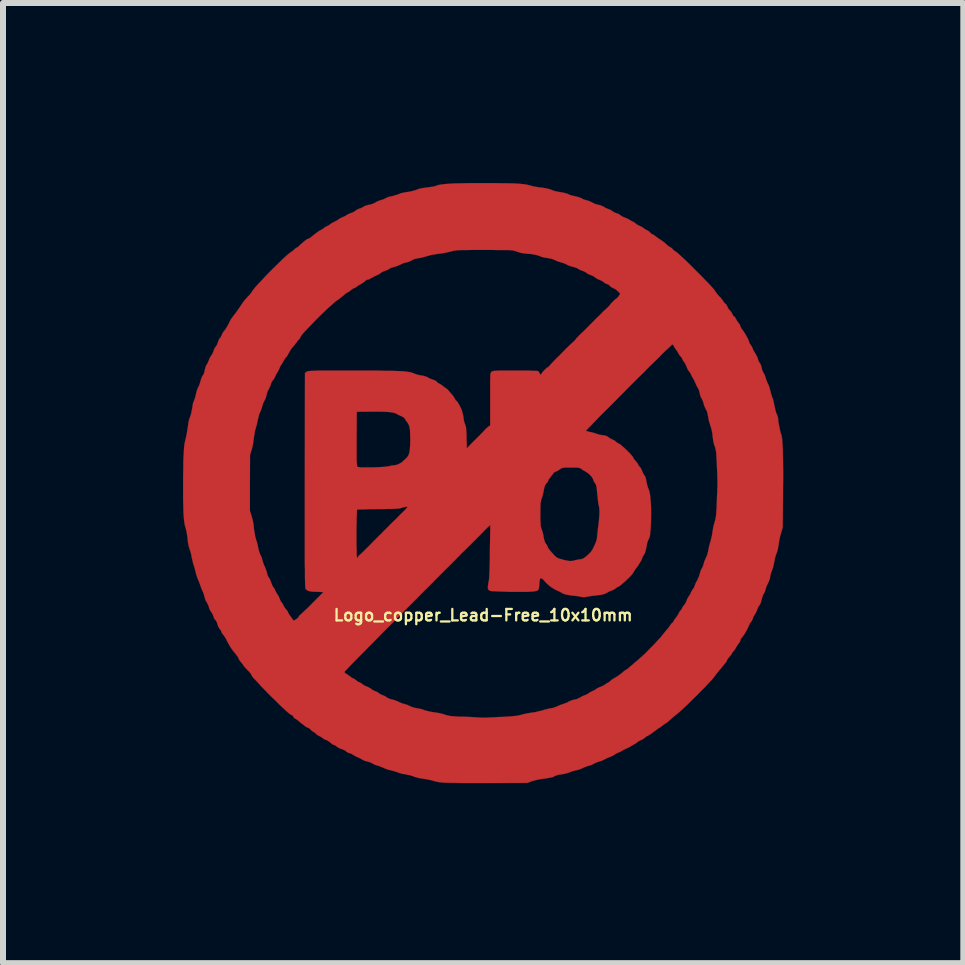
<source format=kicad_pcb>
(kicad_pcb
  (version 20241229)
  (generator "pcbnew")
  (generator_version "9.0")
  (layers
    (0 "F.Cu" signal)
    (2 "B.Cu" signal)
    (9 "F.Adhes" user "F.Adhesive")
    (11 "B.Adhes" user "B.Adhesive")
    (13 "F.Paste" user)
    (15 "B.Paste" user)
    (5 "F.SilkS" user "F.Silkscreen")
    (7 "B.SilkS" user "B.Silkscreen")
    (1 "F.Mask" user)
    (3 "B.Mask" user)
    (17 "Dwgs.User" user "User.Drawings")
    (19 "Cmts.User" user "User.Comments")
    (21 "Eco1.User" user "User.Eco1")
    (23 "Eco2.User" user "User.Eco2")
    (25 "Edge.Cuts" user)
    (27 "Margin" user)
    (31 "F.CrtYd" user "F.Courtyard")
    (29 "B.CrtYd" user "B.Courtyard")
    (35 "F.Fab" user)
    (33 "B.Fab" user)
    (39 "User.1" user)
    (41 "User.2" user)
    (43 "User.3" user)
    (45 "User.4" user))
  (footprint "Logo_copper_Lead-Free_10x10mm"
    (layer "F.Cu")
    (at 5 5)
    (property "Reference" "Logo_copper_Lead-Free_10x10mm" (at 0 2.2 0) (layer "F.SilkS") (effects (font (size 0.191 0.191) (thickness 0.038))))
    (attr exclude_from_pos_files exclude_from_bom)
    (fp_poly (pts (xy 4.999 -0.066) (xy 4.996 0.114) (xy 4.996 0.165) (xy 4.991 0.739) (xy 4.961 0.841) (xy 4.945 0.897) (xy 4.933 0.958) (xy 4.923 1.011) (xy 4.923 1.026) (xy 4.907 1.115) (xy 4.887 1.171) (xy 4.872 1.214) (xy 4.859 1.265) (xy 4.851 1.308) (xy 4.841 1.356) (xy 4.829 1.41) (xy 4.816 1.445) (xy 4.798 1.491) (xy 4.785 1.537) (xy 4.783 1.562) (xy 4.773 1.603) (xy 4.755 1.648) (xy 4.745 1.669) (xy 4.727 1.707) (xy 4.712 1.745) (xy 4.707 1.763) (xy 4.696 1.801) (xy 4.679 1.839) (xy 4.674 1.844) (xy 4.658 1.875) (xy 4.646 1.918) (xy 4.638 1.948) (xy 4.628 1.986) (xy 4.615 2.017) (xy 4.605 2.032) (xy 4.59 2.052) (xy 4.575 2.083) (xy 4.567 2.103) (xy 4.552 2.141) (xy 4.534 2.177) (xy 4.524 2.189) (xy 4.506 2.22) (xy 4.493 2.253) (xy 4.481 2.286) (xy 4.46 2.314) (xy 4.442 2.342) (xy 4.425 2.377) (xy 4.425 2.38) (xy 4.407 2.421) (xy 4.381 2.469) (xy 4.351 2.52) (xy 4.318 2.563) (xy 4.315 2.568) (xy 4.295 2.593) (xy 4.285 2.616) (xy 4.285 2.621) (xy 4.28 2.639) (xy 4.262 2.664) (xy 4.249 2.682) (xy 4.227 2.715) (xy 4.206 2.748) (xy 4.201 2.761) (xy 4.188 2.781) (xy 4.178 2.791) (xy 4.178 2.794) (xy 4.168 2.802) (xy 4.153 2.822) (xy 4.15 2.827) (xy 4.133 2.857) (xy 4.107 2.891) (xy 4.097 2.901) (xy 4.077 2.926) (xy 4.064 2.946) (xy 4.061 2.954) (xy 4.061 2.962) (xy 4.054 2.972) (xy 4.044 2.987) (xy 4.023 3.012) (xy 3.993 3.048) (xy 3.952 3.099) (xy 3.94 3.111) (xy 3.909 3.15) (xy 3.904 3.157) (xy 3.904 0.015) (xy 3.904 -0.015) (xy 3.904 -0.051) (xy 3.901 -0.091) (xy 3.901 -0.137) (xy 3.899 -0.196) (xy 3.894 -0.297) (xy 3.891 -0.378) (xy 3.886 -0.442) (xy 3.884 -0.493) (xy 3.879 -0.533) (xy 3.873 -0.564) (xy 3.868 -0.587) (xy 3.861 -0.607) (xy 3.858 -0.617) (xy 3.846 -0.65) (xy 3.835 -0.696) (xy 3.828 -0.747) (xy 3.825 -0.762) (xy 3.818 -0.831) (xy 3.807 -0.889) (xy 3.792 -0.94) (xy 3.774 -0.996) (xy 3.762 -1.036) (xy 3.752 -1.087) (xy 3.747 -1.118) (xy 3.736 -1.173) (xy 3.719 -1.219) (xy 3.713 -1.224) (xy 3.698 -1.257) (xy 3.68 -1.298) (xy 3.675 -1.323) (xy 3.663 -1.361) (xy 3.647 -1.397) (xy 3.637 -1.415) (xy 3.622 -1.443) (xy 3.612 -1.481) (xy 3.609 -1.496) (xy 3.599 -1.537) (xy 3.584 -1.577) (xy 3.576 -1.587) (xy 3.556 -1.623) (xy 3.538 -1.664) (xy 3.536 -1.669) (xy 3.518 -1.709) (xy 3.495 -1.748) (xy 3.493 -1.755) (xy 3.475 -1.783) (xy 3.465 -1.803) (xy 3.465 -1.808) (xy 3.457 -1.824) (xy 3.442 -1.847) (xy 3.434 -1.857) (xy 3.411 -1.89) (xy 3.393 -1.93) (xy 3.391 -1.935) (xy 3.376 -1.971) (xy 3.355 -2.009) (xy 3.348 -2.019) (xy 3.327 -2.047) (xy 3.317 -2.068) (xy 3.315 -2.075) (xy 3.307 -2.09) (xy 3.292 -2.108) (xy 3.274 -2.129) (xy 3.254 -2.159) (xy 3.246 -2.177) (xy 3.228 -2.205) (xy 3.213 -2.228) (xy 3.208 -2.233) (xy 3.195 -2.248) (xy 3.183 -2.273) (xy 3.18 -2.276) (xy 3.167 -2.301) (xy 3.155 -2.311) (xy 3.152 -2.311) (xy 3.145 -2.306) (xy 3.122 -2.283) (xy 3.086 -2.25) (xy 3.038 -2.205) (xy 2.982 -2.151) (xy 2.918 -2.085) (xy 2.845 -2.014) (xy 2.766 -1.938) (xy 2.685 -1.854) (xy 2.596 -1.768) (xy 2.507 -1.679) (xy 2.418 -1.59) (xy 2.329 -1.499) (xy 2.283 -1.455) (xy 2.283 -3.157) (xy 2.243 -3.198) (xy 2.212 -3.226) (xy 2.179 -3.244) (xy 2.167 -3.251) (xy 2.134 -3.266) (xy 2.111 -3.287) (xy 2.085 -3.31) (xy 2.057 -3.32) (xy 2.029 -3.332) (xy 2.009 -3.348) (xy 1.989 -3.363) (xy 1.956 -3.381) (xy 1.941 -3.386) (xy 1.905 -3.401) (xy 1.872 -3.421) (xy 1.864 -3.429) (xy 1.834 -3.449) (xy 1.798 -3.465) (xy 1.796 -3.467) (xy 1.758 -3.48) (xy 1.727 -3.5) (xy 1.722 -3.503) (xy 1.692 -3.523) (xy 1.656 -3.538) (xy 1.654 -3.538) (xy 1.618 -3.551) (xy 1.587 -3.569) (xy 1.585 -3.571) (xy 1.56 -3.584) (xy 1.524 -3.597) (xy 1.488 -3.607) (xy 1.448 -3.617) (xy 1.41 -3.632) (xy 1.387 -3.645) (xy 1.356 -3.66) (xy 1.318 -3.673) (xy 1.298 -3.678) (xy 1.255 -3.691) (xy 1.212 -3.708) (xy 1.196 -3.716) (xy 1.148 -3.736) (xy 1.085 -3.749) (xy 1.067 -3.752) (xy 1.016 -3.759) (xy 0.97 -3.772) (xy 0.937 -3.785) (xy 0.892 -3.8) (xy 0.828 -3.813) (xy 0.795 -3.818) (xy 0.724 -3.823) (xy 0.668 -3.83) (xy 0.627 -3.838) (xy 0.592 -3.848) (xy 0.561 -3.858) (xy 0.549 -3.863) (xy 0.533 -3.868) (xy 0.521 -3.871) (xy 0.503 -3.876) (xy 0.483 -3.879) (xy 0.452 -3.881) (xy 0.417 -3.884) (xy 0.368 -3.884) (xy 0.307 -3.884) (xy 0.231 -3.884) (xy 0.137 -3.886) (xy 0.023 -3.886) (xy 0.02 -3.886) (xy -0.091 -3.886) (xy -0.185 -3.886) (xy -0.262 -3.884) (xy -0.323 -3.884) (xy -0.373 -3.884) (xy -0.411 -3.881) (xy -0.445 -3.879) (xy -0.467 -3.876) (xy -0.49 -3.873) (xy -0.508 -3.868) (xy -0.528 -3.863) (xy -0.536 -3.861) (xy -0.587 -3.848) (xy -0.648 -3.835) (xy -0.709 -3.825) (xy -0.739 -3.823) (xy -0.8 -3.813) (xy -0.864 -3.802) (xy -0.917 -3.787) (xy -0.937 -3.782) (xy -0.988 -3.767) (xy -1.039 -3.754) (xy -1.085 -3.747) (xy -1.148 -3.734) (xy -1.189 -3.713) (xy -1.227 -3.693) (xy -1.267 -3.68) (xy -1.278 -3.678) (xy -1.321 -3.668) (xy -1.364 -3.65) (xy -1.377 -3.642) (xy -1.415 -3.625) (xy -1.46 -3.609) (xy -1.478 -3.604) (xy -1.516 -3.594) (xy -1.552 -3.579) (xy -1.565 -3.571) (xy -1.593 -3.553) (xy -1.628 -3.541) (xy -1.633 -3.538) (xy -1.669 -3.526) (xy -1.694 -3.51) (xy -1.699 -3.508) (xy -1.722 -3.49) (xy -1.753 -3.472) (xy -1.781 -3.459) (xy -1.819 -3.442) (xy -1.857 -3.421) (xy -1.875 -3.411) (xy -1.902 -3.396) (xy -1.925 -3.391) (xy -1.93 -3.391) (xy -1.948 -3.383) (xy -1.966 -3.368) (xy -1.989 -3.348) (xy -2.022 -3.327) (xy -2.029 -3.322) (xy -2.065 -3.302) (xy -2.098 -3.282) (xy -2.103 -3.277) (xy -2.126 -3.259) (xy -2.146 -3.251) (xy -2.164 -3.244) (xy -2.187 -3.228) (xy -2.207 -3.213) (xy -2.233 -3.193) (xy -2.253 -3.18) (xy -2.261 -3.178) (xy -2.273 -3.17) (xy -2.296 -3.155) (xy -2.316 -3.137) (xy -2.36 -3.101) (xy -2.393 -3.073) (xy -2.418 -3.056) (xy -2.443 -3.04) (xy -2.466 -3.023) (xy -2.502 -2.99) (xy -2.548 -2.949) (xy -2.601 -2.901) (xy -2.657 -2.847) (xy -2.713 -2.794) (xy -2.769 -2.738) (xy -2.819 -2.687) (xy -2.83 -2.675) (xy -2.873 -2.629) (xy -2.916 -2.586) (xy -2.951 -2.548) (xy -2.979 -2.52) (xy -2.987 -2.51) (xy -3.015 -2.479) (xy -3.035 -2.449) (xy -3.043 -2.433) (xy -3.058 -2.408) (xy -3.071 -2.39) (xy -3.073 -2.39) (xy -3.089 -2.375) (xy -3.104 -2.352) (xy -3.127 -2.324) (xy -3.145 -2.299) (xy -3.178 -2.261) (xy -3.211 -2.217) (xy -3.236 -2.172) (xy -3.256 -2.136) (xy -3.269 -2.113) (xy -3.279 -2.101) (xy -3.282 -2.098) (xy -3.292 -2.09) (xy -3.307 -2.068) (xy -3.325 -2.037) (xy -3.343 -2.004) (xy -3.358 -1.979) (xy -3.368 -1.966) (xy -3.378 -1.953) (xy -3.388 -1.928) (xy -3.391 -1.92) (xy -3.406 -1.885) (xy -3.426 -1.849) (xy -3.447 -1.816) (xy -3.465 -1.778) (xy -3.48 -1.745) (xy -3.5 -1.717) (xy -3.503 -1.714) (xy -3.523 -1.687) (xy -3.536 -1.654) (xy -3.546 -1.621) (xy -3.564 -1.582) (xy -3.571 -1.57) (xy -3.592 -1.529) (xy -3.607 -1.483) (xy -3.609 -1.471) (xy -3.619 -1.43) (xy -3.635 -1.389) (xy -3.642 -1.379) (xy -3.66 -1.344) (xy -3.675 -1.3) (xy -3.678 -1.288) (xy -3.691 -1.245) (xy -3.708 -1.201) (xy -3.713 -1.189) (xy -3.729 -1.156) (xy -3.741 -1.11) (xy -3.752 -1.067) (xy -3.762 -1.016) (xy -3.777 -0.958) (xy -3.79 -0.912) (xy -3.805 -0.856) (xy -3.815 -0.79) (xy -3.823 -0.734) (xy -3.833 -0.653) (xy -3.851 -0.577) (xy -3.858 -0.554) (xy -3.884 -0.472) (xy -3.886 -0.005) (xy -3.886 0.462) (xy -3.856 0.554) (xy -3.84 0.615) (xy -3.825 0.688) (xy -3.818 0.765) (xy -3.818 0.767) (xy -3.807 0.833) (xy -3.797 0.892) (xy -3.785 0.932) (xy -3.785 0.937) (xy -3.772 0.973) (xy -3.759 1.019) (xy -3.752 1.059) (xy -3.739 1.118) (xy -3.721 1.173) (xy -3.711 1.194) (xy -3.693 1.232) (xy -3.68 1.273) (xy -3.675 1.293) (xy -3.665 1.326) (xy -3.65 1.367) (xy -3.64 1.387) (xy -3.622 1.43) (xy -3.607 1.476) (xy -3.602 1.494) (xy -3.592 1.532) (xy -3.579 1.562) (xy -3.571 1.572) (xy -3.556 1.595) (xy -3.541 1.631) (xy -3.533 1.651) (xy -3.52 1.689) (xy -3.505 1.72) (xy -3.498 1.73) (xy -3.477 1.758) (xy -3.465 1.791) (xy -3.462 1.791) (xy -3.447 1.824) (xy -3.426 1.854) (xy -3.409 1.882) (xy -3.393 1.918) (xy -3.391 1.925) (xy -3.378 1.956) (xy -3.365 1.979) (xy -3.36 1.984) (xy -3.345 2.002) (xy -3.33 2.032) (xy -3.325 2.042) (xy -3.307 2.073) (xy -3.287 2.101) (xy -3.282 2.106) (xy -3.261 2.129) (xy -3.246 2.162) (xy -3.231 2.189) (xy -3.205 2.225) (xy -3.193 2.243) (xy -3.155 2.291) (xy -3.117 2.268) (xy -3.094 2.25) (xy -3.076 2.233) (xy -3.076 2.23) (xy -3.066 2.212) (xy -3.043 2.189) (xy -3.015 2.164) (xy -2.972 2.123) (xy -2.918 2.073) (xy -2.857 2.012) (xy -2.837 1.991) (xy -2.819 1.974) (xy -2.802 1.956) (xy -2.784 1.938) (xy -2.774 1.925) (xy -2.761 1.915) (xy -2.741 1.895) (xy -2.715 1.869) (xy -2.69 1.844) (xy -2.672 1.826) (xy -2.664 1.816) (xy -2.675 1.814) (xy -2.7 1.814) (xy -2.741 1.811) (xy -2.769 1.811) (xy -2.84 1.808) (xy -2.893 1.801) (xy -2.931 1.788) (xy -2.954 1.768) (xy -2.959 1.758) (xy -2.962 1.75) (xy -2.964 1.737) (xy -2.964 1.712) (xy -2.967 1.681) (xy -2.967 1.638) (xy -2.969 1.585) (xy -2.969 1.519) (xy -2.969 1.443) (xy -2.972 1.351) (xy -2.972 1.245) (xy -2.972 1.125) (xy -2.972 0.988) (xy -2.972 0.833) (xy -2.972 0.663) (xy -2.972 0.472) (xy -2.972 0.264) (xy -2.972 0.036) (xy -2.972 -0.051) (xy -2.969 -1.834) (xy -2.944 -1.854) (xy -2.939 -1.859) (xy -2.931 -1.862) (xy -2.921 -1.864) (xy -2.906 -1.867) (xy -2.883 -1.869) (xy -2.852 -1.872) (xy -2.814 -1.872) (xy -2.766 -1.875) (xy -2.703 -1.875) (xy -2.626 -1.875) (xy -2.535 -1.875) (xy -2.426 -1.875) (xy -2.299 -1.875) (xy -2.197 -1.875) (xy -2.029 -1.875) (xy -1.88 -1.875) (xy -1.75 -1.875) (xy -1.638 -1.872) (xy -1.542 -1.872) (xy -1.458 -1.869) (xy -1.389 -1.867) (xy -1.333 -1.864) (xy -1.285 -1.859) (xy -1.247 -1.854) (xy -1.219 -1.849) (xy -1.194 -1.844) (xy -1.176 -1.836) (xy -1.168 -1.834) (xy -1.135 -1.821) (xy -1.092 -1.806) (xy -1.044 -1.796) (xy -1.036 -1.796) (xy -0.986 -1.786) (xy -0.945 -1.773) (xy -0.919 -1.76) (xy -0.894 -1.745) (xy -0.859 -1.732) (xy -0.841 -1.725) (xy -0.795 -1.709) (xy -0.77 -1.687) (xy -0.752 -1.669) (xy -0.739 -1.661) (xy -0.721 -1.656) (xy -0.699 -1.638) (xy -0.688 -1.633) (xy -0.658 -1.608) (xy -0.625 -1.585) (xy -0.62 -1.58) (xy -0.597 -1.565) (xy -0.572 -1.537) (xy -0.541 -1.501) (xy -0.511 -1.468) (xy -0.488 -1.435) (xy -0.472 -1.41) (xy -0.467 -1.4) (xy -0.46 -1.384) (xy -0.447 -1.374) (xy -0.434 -1.361) (xy -0.414 -1.333) (xy -0.394 -1.295) (xy -0.384 -1.278) (xy -0.358 -1.222) (xy -0.343 -1.171) (xy -0.33 -1.115) (xy -0.328 -1.1) (xy -0.323 -1.054) (xy -0.312 -1.011) (xy -0.302 -0.98) (xy -0.3 -0.975) (xy -0.292 -0.958) (xy -0.287 -0.932) (xy -0.282 -0.897) (xy -0.279 -0.846) (xy -0.277 -0.777) (xy -0.277 -0.762) (xy -0.272 -0.579) (xy -0.218 -0.638) (xy -0.188 -0.668) (xy -0.163 -0.693) (xy -0.147 -0.709) (xy -0.099 -0.757) (xy -0.051 -0.805) (xy -0.005 -0.851) (xy 0.025 -0.886) (xy 0.053 -0.914) (xy 0.079 -0.937) (xy 0.094 -0.947) (xy 0.117 -0.96) (xy 0.117 -1.397) (xy 0.117 -1.504) (xy 0.117 -1.593) (xy 0.117 -1.664) (xy 0.117 -1.72) (xy 0.119 -1.763) (xy 0.119 -1.796) (xy 0.122 -1.819) (xy 0.124 -1.834) (xy 0.13 -1.844) (xy 0.135 -1.849) (xy 0.137 -1.854) (xy 0.145 -1.859) (xy 0.152 -1.864) (xy 0.165 -1.867) (xy 0.183 -1.872) (xy 0.211 -1.872) (xy 0.249 -1.875) (xy 0.3 -1.875) (xy 0.366 -1.875) (xy 0.45 -1.875) (xy 0.526 -1.875) (xy 0.612 -1.875) (xy 0.693 -1.875) (xy 0.765 -1.875) (xy 0.826 -1.872) (xy 0.871 -1.872) (xy 0.902 -1.869) (xy 0.912 -1.869) (xy 0.927 -1.854) (xy 0.942 -1.829) (xy 0.953 -1.808) (xy 0.958 -1.806) (xy 0.968 -1.819) (xy 0.968 -1.821) (xy 0.983 -1.841) (xy 1.003 -1.867) (xy 1.029 -1.892) (xy 1.052 -1.915) (xy 1.069 -1.928) (xy 1.074 -1.928) (xy 1.085 -1.935) (xy 1.105 -1.956) (xy 1.13 -1.984) (xy 1.135 -1.989) (xy 1.171 -2.029) (xy 1.214 -2.073) (xy 1.245 -2.103) (xy 1.275 -2.131) (xy 1.298 -2.156) (xy 1.313 -2.172) (xy 1.339 -2.197) (xy 1.372 -2.233) (xy 1.412 -2.271) (xy 1.453 -2.309) (xy 1.486 -2.342) (xy 1.491 -2.344) (xy 1.519 -2.37) (xy 1.537 -2.39) (xy 1.544 -2.4) (xy 1.552 -2.413) (xy 1.572 -2.433) (xy 1.598 -2.459) (xy 1.6 -2.464) (xy 1.631 -2.492) (xy 1.654 -2.515) (xy 1.666 -2.527) (xy 1.669 -2.527) (xy 1.679 -2.537) (xy 1.702 -2.56) (xy 1.735 -2.593) (xy 1.77 -2.629) (xy 1.775 -2.634) (xy 1.811 -2.67) (xy 1.844 -2.703) (xy 1.867 -2.728) (xy 1.88 -2.741) (xy 1.882 -2.741) (xy 1.895 -2.756) (xy 1.918 -2.776) (xy 1.941 -2.799) (xy 1.956 -2.814) (xy 1.981 -2.84) (xy 2.009 -2.87) (xy 2.05 -2.903) (xy 2.055 -2.911) (xy 2.083 -2.936) (xy 2.103 -2.957) (xy 2.111 -2.967) (xy 2.118 -2.979) (xy 2.136 -3) (xy 2.162 -3.025) (xy 2.187 -3.051) (xy 2.212 -3.071) (xy 2.225 -3.081) (xy 2.228 -3.081) (xy 2.238 -3.089) (xy 2.253 -3.109) (xy 2.261 -3.119) (xy 2.283 -3.157) (xy 2.283 -1.455) (xy 2.24 -1.41) (xy 2.154 -1.323) (xy 2.073 -1.242) (xy 1.996 -1.166) (xy 1.925 -1.095) (xy 1.864 -1.031) (xy 1.811 -0.975) (xy 1.768 -0.932) (xy 1.737 -0.899) (xy 1.717 -0.879) (xy 1.714 -0.871) (xy 1.727 -0.866) (xy 1.755 -0.859) (xy 1.781 -0.853) (xy 1.826 -0.843) (xy 1.875 -0.828) (xy 1.897 -0.82) (xy 1.938 -0.808) (xy 1.981 -0.8) (xy 1.999 -0.798) (xy 2.047 -0.79) (xy 2.075 -0.775) (xy 2.103 -0.754) (xy 2.141 -0.734) (xy 2.149 -0.729) (xy 2.182 -0.714) (xy 2.207 -0.696) (xy 2.215 -0.688) (xy 2.238 -0.671) (xy 2.266 -0.655) (xy 2.268 -0.655) (xy 2.289 -0.643) (xy 2.316 -0.617) (xy 2.352 -0.587) (xy 2.39 -0.551) (xy 2.428 -0.513) (xy 2.461 -0.478) (xy 2.487 -0.447) (xy 2.502 -0.427) (xy 2.504 -0.419) (xy 2.512 -0.404) (xy 2.53 -0.381) (xy 2.543 -0.368) (xy 2.563 -0.343) (xy 2.578 -0.323) (xy 2.581 -0.315) (xy 2.586 -0.3) (xy 2.603 -0.277) (xy 2.606 -0.277) (xy 2.626 -0.251) (xy 2.644 -0.216) (xy 2.649 -0.203) (xy 2.662 -0.168) (xy 2.68 -0.14) (xy 2.687 -0.132) (xy 2.705 -0.099) (xy 2.718 -0.048) (xy 2.718 -0.036) (xy 2.728 0.013) (xy 2.743 0.064) (xy 2.756 0.097) (xy 2.771 0.145) (xy 2.784 0.213) (xy 2.791 0.297) (xy 2.797 0.396) (xy 2.799 0.508) (xy 2.797 0.627) (xy 2.794 0.696) (xy 2.789 0.77) (xy 2.784 0.823) (xy 2.781 0.861) (xy 2.776 0.889) (xy 2.771 0.909) (xy 2.764 0.922) (xy 2.758 0.93) (xy 2.743 0.965) (xy 2.728 1.019) (xy 2.723 1.054) (xy 2.71 1.115) (xy 2.697 1.161) (xy 2.682 1.189) (xy 2.662 1.219) (xy 2.649 1.25) (xy 2.647 1.257) (xy 2.637 1.283) (xy 2.614 1.321) (xy 2.588 1.364) (xy 2.558 1.407) (xy 2.545 1.422) (xy 2.522 1.455) (xy 2.502 1.491) (xy 2.489 1.509) (xy 2.466 1.537) (xy 2.433 1.572) (xy 2.395 1.608) (xy 2.355 1.646) (xy 2.316 1.679) (xy 2.286 1.704) (xy 2.261 1.722) (xy 2.25 1.727) (xy 2.235 1.732) (xy 2.215 1.748) (xy 2.207 1.753) (xy 2.174 1.775) (xy 2.136 1.791) (xy 2.134 1.791) (xy 2.098 1.806) (xy 2.062 1.826) (xy 2.055 1.829) (xy 2.035 1.841) (xy 2.009 1.849) (xy 1.974 1.859) (xy 1.938 1.864) (xy 1.938 0.48) (xy 1.935 0.424) (xy 1.93 0.384) (xy 1.923 0.358) (xy 1.918 0.328) (xy 1.913 0.287) (xy 1.908 0.234) (xy 1.9 0.163) (xy 1.897 0.135) (xy 1.892 0.084) (xy 1.885 0.048) (xy 1.877 0.02) (xy 1.864 0) (xy 1.859 -0.003) (xy 1.844 -0.03) (xy 1.834 -0.056) (xy 1.834 -0.061) (xy 1.824 -0.081) (xy 1.803 -0.112) (xy 1.775 -0.142) (xy 1.742 -0.17) (xy 1.709 -0.191) (xy 1.704 -0.196) (xy 1.669 -0.213) (xy 1.638 -0.236) (xy 1.623 -0.246) (xy 1.61 -0.251) (xy 1.587 -0.257) (xy 1.56 -0.259) (xy 1.516 -0.259) (xy 1.46 -0.259) (xy 1.402 -0.259) (xy 1.361 -0.259) (xy 1.333 -0.257) (xy 1.313 -0.251) (xy 1.298 -0.244) (xy 1.283 -0.234) (xy 1.278 -0.231) (xy 1.245 -0.208) (xy 1.212 -0.193) (xy 1.206 -0.191) (xy 1.184 -0.18) (xy 1.171 -0.17) (xy 1.166 -0.157) (xy 1.148 -0.135) (xy 1.13 -0.112) (xy 1.107 -0.081) (xy 1.09 -0.058) (xy 1.087 -0.046) (xy 1.079 -0.03) (xy 1.064 -0.005) (xy 1.054 0.003) (xy 1.034 0.03) (xy 1.021 0.066) (xy 1.011 0.112) (xy 1.001 0.163) (xy 0.988 0.216) (xy 0.978 0.249) (xy 0.968 0.274) (xy 0.963 0.297) (xy 0.958 0.325) (xy 0.955 0.361) (xy 0.955 0.406) (xy 0.953 0.467) (xy 0.953 0.516) (xy 0.953 0.589) (xy 0.955 0.645) (xy 0.958 0.686) (xy 0.96 0.716) (xy 0.965 0.739) (xy 0.97 0.757) (xy 0.973 0.762) (xy 0.983 0.792) (xy 0.996 0.836) (xy 1.006 0.884) (xy 1.006 0.894) (xy 1.021 0.955) (xy 1.034 0.993) (xy 1.044 1.006) (xy 1.062 1.031) (xy 1.077 1.064) (xy 1.077 1.067) (xy 1.09 1.09) (xy 1.115 1.123) (xy 1.146 1.158) (xy 1.163 1.176) (xy 1.196 1.212) (xy 1.222 1.234) (xy 1.247 1.25) (xy 1.278 1.26) (xy 1.318 1.27) (xy 1.328 1.275) (xy 1.384 1.288) (xy 1.425 1.295) (xy 1.455 1.298) (xy 1.486 1.295) (xy 1.519 1.288) (xy 1.534 1.283) (xy 1.575 1.275) (xy 1.61 1.27) (xy 1.626 1.267) (xy 1.648 1.262) (xy 1.676 1.25) (xy 1.712 1.224) (xy 1.732 1.206) (xy 1.768 1.173) (xy 1.796 1.143) (xy 1.821 1.107) (xy 1.844 1.059) (xy 1.849 1.049) (xy 1.872 0.998) (xy 1.887 0.96) (xy 1.895 0.922) (xy 1.9 0.876) (xy 1.902 0.859) (xy 1.908 0.8) (xy 1.915 0.737) (xy 1.923 0.681) (xy 1.923 0.676) (xy 1.93 0.612) (xy 1.935 0.544) (xy 1.938 0.48) (xy 1.938 1.864) (xy 1.928 1.864) (xy 1.88 1.872) (xy 1.824 1.877) (xy 1.773 1.885) (xy 1.732 1.892) (xy 1.709 1.895) (xy 1.707 1.897) (xy 1.664 1.9) (xy 1.636 1.895) (xy 1.61 1.89) (xy 1.57 1.882) (xy 1.519 1.877) (xy 1.473 1.872) (xy 1.415 1.862) (xy 1.372 1.854) (xy 1.341 1.844) (xy 1.321 1.834) (xy 1.318 1.834) (xy 1.288 1.814) (xy 1.252 1.798) (xy 1.245 1.796) (xy 1.184 1.765) (xy 1.118 1.722) (xy 1.059 1.671) (xy 1.029 1.638) (xy 0.996 1.603) (xy 0.97 1.585) (xy 0.955 1.585) (xy 0.945 1.603) (xy 0.94 1.641) (xy 0.937 1.676) (xy 0.932 1.73) (xy 0.925 1.763) (xy 0.912 1.786) (xy 0.886 1.796) (xy 0.846 1.803) (xy 0.828 1.806) (xy 0.79 1.808) (xy 0.739 1.811) (xy 0.676 1.811) (xy 0.605 1.811) (xy 0.528 1.811) (xy 0.45 1.811) (xy 0.371 1.808) (xy 0.3 1.806) (xy 0.234 1.803) (xy 0.178 1.801) (xy 0.137 1.798) (xy 0.112 1.793) (xy 0.109 1.793) (xy 0.089 1.778) (xy 0.079 1.753) (xy 0.079 1.72) (xy 0.086 1.669) (xy 0.089 1.651) (xy 0.094 1.626) (xy 0.099 1.593) (xy 0.102 1.549) (xy 0.104 1.496) (xy 0.107 1.427) (xy 0.109 1.344) (xy 0.112 1.245) (xy 0.112 1.135) (xy 0.119 0.699) (xy 0.094 0.719) (xy 0.076 0.734) (xy 0.046 0.765) (xy 0.003 0.808) (xy -0.048 0.861) (xy -0.114 0.927) (xy -0.188 1.001) (xy -0.272 1.085) (xy -0.363 1.173) (xy -0.46 1.273) (xy -0.564 1.377) (xy -0.671 1.483) (xy -0.782 1.595) (xy -0.897 1.712) (xy -1.013 1.826) (xy -1.13 1.946) (xy -1.214 2.029) (xy -1.214 -0.721) (xy -1.214 -0.734) (xy -1.217 -0.82) (xy -1.219 -0.886) (xy -1.229 -0.94) (xy -1.242 -0.978) (xy -1.26 -1.008) (xy -1.267 -1.016) (xy -1.288 -1.044) (xy -1.303 -1.069) (xy -1.306 -1.074) (xy -1.318 -1.092) (xy -1.351 -1.11) (xy -1.361 -1.115) (xy -1.397 -1.13) (xy -1.43 -1.148) (xy -1.44 -1.153) (xy -1.466 -1.166) (xy -1.504 -1.176) (xy -1.557 -1.184) (xy -1.628 -1.189) (xy -1.714 -1.191) (xy -1.821 -1.191) (xy -1.867 -1.191) (xy -2.106 -1.189) (xy -2.108 -0.739) (xy -2.108 -0.625) (xy -2.108 -0.531) (xy -2.108 -0.455) (xy -2.108 -0.394) (xy -2.106 -0.348) (xy -2.103 -0.315) (xy -2.101 -0.292) (xy -2.098 -0.279) (xy -2.095 -0.274) (xy -2.08 -0.269) (xy -2.047 -0.264) (xy -1.999 -0.262) (xy -1.943 -0.262) (xy -1.877 -0.262) (xy -1.811 -0.264) (xy -1.745 -0.267) (xy -1.684 -0.269) (xy -1.631 -0.274) (xy -1.59 -0.279) (xy -1.587 -0.279) (xy -1.539 -0.29) (xy -1.491 -0.297) (xy -1.455 -0.302) (xy -1.407 -0.318) (xy -1.359 -0.345) (xy -1.308 -0.391) (xy -1.306 -0.394) (xy -1.29 -0.409) (xy -1.27 -0.429) (xy -1.265 -0.434) (xy -1.247 -0.46) (xy -1.232 -0.5) (xy -1.222 -0.556) (xy -1.217 -0.63) (xy -1.214 -0.721) (xy -1.214 2.029) (xy -1.247 2.062) (xy -1.26 2.075) (xy -1.26 0.399) (xy -1.267 0.394) (xy -1.28 0.394) (xy -1.303 0.396) (xy -1.339 0.406) (xy -1.359 0.411) (xy -1.377 0.417) (xy -1.4 0.422) (xy -1.427 0.424) (xy -1.466 0.427) (xy -1.516 0.429) (xy -1.582 0.429) (xy -1.661 0.432) (xy -1.75 0.432) (xy -1.834 0.434) (xy -1.91 0.434) (xy -1.976 0.437) (xy -2.032 0.437) (xy -2.073 0.439) (xy -2.095 0.439) (xy -2.101 0.442) (xy -2.103 0.452) (xy -2.103 0.483) (xy -2.106 0.528) (xy -2.108 0.587) (xy -2.108 0.655) (xy -2.111 0.729) (xy -2.111 0.808) (xy -2.111 0.889) (xy -2.111 0.965) (xy -2.111 1.041) (xy -2.108 1.107) (xy -2.108 1.163) (xy -2.106 1.209) (xy -2.103 1.237) (xy -2.101 1.247) (xy -2.09 1.237) (xy -2.078 1.219) (xy -2.065 1.201) (xy -2.057 1.194) (xy -2.047 1.186) (xy -2.024 1.166) (xy -1.994 1.138) (xy -1.958 1.1) (xy -1.918 1.062) (xy -1.875 1.019) (xy -1.847 0.988) (xy -1.834 0.975) (xy -1.808 0.95) (xy -1.775 0.917) (xy -1.735 0.876) (xy -1.689 0.833) (xy -1.646 0.787) (xy -1.6 0.742) (xy -1.56 0.701) (xy -1.527 0.668) (xy -1.504 0.645) (xy -1.491 0.635) (xy -1.491 0.632) (xy -1.476 0.62) (xy -1.45 0.594) (xy -1.417 0.561) (xy -1.382 0.523) (xy -1.344 0.488) (xy -1.311 0.455) (xy -1.285 0.427) (xy -1.273 0.411) (xy -1.27 0.411) (xy -1.26 0.399) (xy -1.26 2.075) (xy -1.361 2.179) (xy -1.476 2.294) (xy -1.585 2.403) (xy -1.692 2.51) (xy -1.793 2.614) (xy -1.887 2.708) (xy -1.974 2.797) (xy -2.055 2.878) (xy -2.126 2.951) (xy -2.187 3.012) (xy -2.235 3.063) (xy -2.273 3.104) (xy -2.299 3.129) (xy -2.309 3.142) (xy -2.311 3.142) (xy -2.304 3.162) (xy -2.283 3.175) (xy -2.253 3.193) (xy -2.223 3.216) (xy -2.215 3.221) (xy -2.192 3.239) (xy -2.172 3.251) (xy -2.167 3.251) (xy -2.151 3.259) (xy -2.129 3.274) (xy -2.118 3.284) (xy -2.093 3.302) (xy -2.075 3.315) (xy -2.07 3.315) (xy -2.055 3.32) (xy -2.032 3.335) (xy -2.017 3.345) (xy -1.984 3.368) (xy -1.948 3.386) (xy -1.938 3.388) (xy -1.905 3.404) (xy -1.867 3.426) (xy -1.859 3.434) (xy -1.831 3.452) (xy -1.808 3.462) (xy -1.801 3.465) (xy -1.781 3.472) (xy -1.755 3.487) (xy -1.75 3.49) (xy -1.717 3.513) (xy -1.681 3.531) (xy -1.671 3.533) (xy -1.638 3.548) (xy -1.61 3.566) (xy -1.603 3.571) (xy -1.58 3.584) (xy -1.547 3.597) (xy -1.519 3.604) (xy -1.473 3.617) (xy -1.433 3.632) (xy -1.412 3.642) (xy -1.374 3.66) (xy -1.331 3.675) (xy -1.316 3.678) (xy -1.273 3.691) (xy -1.232 3.708) (xy -1.219 3.716) (xy -1.181 3.731) (xy -1.135 3.744) (xy -1.113 3.749) (xy -1.064 3.757) (xy -1.013 3.769) (xy -0.986 3.78) (xy -0.947 3.792) (xy -0.894 3.805) (xy -0.838 3.815) (xy -0.803 3.82) (xy -0.749 3.828) (xy -0.704 3.838) (xy -0.665 3.848) (xy -0.65 3.853) (xy -0.61 3.866) (xy -0.551 3.879) (xy -0.475 3.886) (xy -0.381 3.891) (xy -0.33 3.891) (xy -0.269 3.894) (xy -0.208 3.896) (xy -0.155 3.899) (xy -0.122 3.901) (xy -0.076 3.904) (xy -0.018 3.907) (xy 0.036 3.907) (xy 0.058 3.907) (xy 0.117 3.904) (xy 0.188 3.901) (xy 0.254 3.896) (xy 0.282 3.896) (xy 0.376 3.891) (xy 0.452 3.886) (xy 0.513 3.881) (xy 0.561 3.876) (xy 0.599 3.868) (xy 0.632 3.861) (xy 0.638 3.858) (xy 0.676 3.848) (xy 0.724 3.838) (xy 0.78 3.828) (xy 0.815 3.823) (xy 0.871 3.815) (xy 0.922 3.802) (xy 0.965 3.792) (xy 0.986 3.787) (xy 1.024 3.774) (xy 1.072 3.762) (xy 1.118 3.752) (xy 1.166 3.744) (xy 1.209 3.729) (xy 1.242 3.716) (xy 1.278 3.698) (xy 1.323 3.683) (xy 1.336 3.678) (xy 1.374 3.665) (xy 1.41 3.65) (xy 1.42 3.642) (xy 1.448 3.63) (xy 1.486 3.614) (xy 1.521 3.607) (xy 1.562 3.597) (xy 1.595 3.581) (xy 1.615 3.571) (xy 1.646 3.553) (xy 1.679 3.538) (xy 1.681 3.538) (xy 1.717 3.523) (xy 1.753 3.505) (xy 1.753 3.503) (xy 1.783 3.482) (xy 1.821 3.465) (xy 1.826 3.462) (xy 1.857 3.447) (xy 1.882 3.432) (xy 1.887 3.426) (xy 1.905 3.416) (xy 1.935 3.401) (xy 1.963 3.391) (xy 1.996 3.376) (xy 2.024 3.36) (xy 2.037 3.35) (xy 2.055 3.338) (xy 2.083 3.322) (xy 2.085 3.32) (xy 2.108 3.307) (xy 2.121 3.297) (xy 2.121 3.294) (xy 2.129 3.284) (xy 2.151 3.269) (xy 2.172 3.256) (xy 2.248 3.211) (xy 2.306 3.167) (xy 2.324 3.152) (xy 2.349 3.129) (xy 2.377 3.111) (xy 2.403 3.096) (xy 2.431 3.073) (xy 2.451 3.053) (xy 2.484 3.028) (xy 2.515 3) (xy 2.573 2.951) (xy 2.639 2.893) (xy 2.705 2.832) (xy 2.761 2.774) (xy 2.769 2.766) (xy 2.832 2.703) (xy 2.883 2.649) (xy 2.921 2.606) (xy 2.954 2.573) (xy 2.977 2.543) (xy 2.997 2.517) (xy 3 2.515) (xy 3.028 2.479) (xy 3.056 2.446) (xy 3.073 2.428) (xy 3.096 2.398) (xy 3.117 2.367) (xy 3.119 2.365) (xy 3.134 2.342) (xy 3.15 2.327) (xy 3.165 2.314) (xy 3.172 2.301) (xy 3.183 2.278) (xy 3.203 2.253) (xy 3.211 2.243) (xy 3.233 2.212) (xy 3.254 2.179) (xy 3.256 2.172) (xy 3.272 2.141) (xy 3.292 2.118) (xy 3.292 2.116) (xy 3.31 2.095) (xy 3.315 2.083) (xy 3.322 2.068) (xy 3.338 2.042) (xy 3.348 2.032) (xy 3.371 1.999) (xy 3.388 1.963) (xy 3.391 1.953) (xy 3.404 1.92) (xy 3.421 1.895) (xy 3.421 1.892) (xy 3.439 1.867) (xy 3.457 1.836) (xy 3.459 1.826) (xy 3.475 1.796) (xy 3.493 1.768) (xy 3.495 1.763) (xy 3.513 1.74) (xy 3.526 1.707) (xy 3.528 1.699) (xy 3.543 1.661) (xy 3.564 1.623) (xy 3.566 1.621) (xy 3.581 1.587) (xy 3.599 1.547) (xy 3.607 1.516) (xy 3.619 1.476) (xy 3.632 1.44) (xy 3.645 1.42) (xy 3.66 1.389) (xy 3.673 1.351) (xy 3.673 1.346) (xy 3.683 1.313) (xy 3.698 1.273) (xy 3.711 1.247) (xy 3.729 1.204) (xy 3.744 1.151) (xy 3.752 1.115) (xy 3.762 1.064) (xy 3.777 1.006) (xy 3.79 0.965) (xy 3.802 0.914) (xy 3.815 0.859) (xy 3.82 0.818) (xy 3.828 0.77) (xy 3.838 0.714) (xy 3.853 0.663) (xy 3.853 0.658) (xy 3.863 0.627) (xy 3.871 0.597) (xy 3.876 0.566) (xy 3.881 0.528) (xy 3.884 0.48) (xy 3.889 0.422) (xy 3.891 0.345) (xy 3.894 0.307) (xy 3.896 0.221) (xy 3.901 0.152) (xy 3.901 0.099) (xy 3.904 0.053) (xy 3.904 0.015) (xy 3.904 3.157) (xy 3.881 3.185) (xy 3.861 3.211) (xy 3.856 3.218) (xy 3.835 3.246) (xy 3.8 3.287) (xy 3.754 3.335) (xy 3.701 3.393) (xy 3.64 3.454) (xy 3.576 3.52) (xy 3.51 3.584) (xy 3.447 3.647) (xy 3.383 3.708) (xy 3.327 3.762) (xy 3.279 3.805) (xy 3.241 3.838) (xy 3.218 3.856) (xy 3.198 3.871) (xy 3.17 3.896) (xy 3.134 3.927) (xy 3.117 3.942) (xy 3.084 3.97) (xy 3.056 3.993) (xy 3.035 4.006) (xy 3.033 4.008) (xy 3.018 4.016) (xy 3 4.031) (xy 2.972 4.051) (xy 2.944 4.072) (xy 2.921 4.084) (xy 2.888 4.11) (xy 2.847 4.138) (xy 2.832 4.15) (xy 2.797 4.176) (xy 2.766 4.196) (xy 2.746 4.209) (xy 2.741 4.211) (xy 2.725 4.216) (xy 2.703 4.234) (xy 2.695 4.242) (xy 2.662 4.265) (xy 2.626 4.282) (xy 2.621 4.285) (xy 2.588 4.3) (xy 2.558 4.323) (xy 2.537 4.341) (xy 2.522 4.348) (xy 2.52 4.348) (xy 2.507 4.356) (xy 2.482 4.371) (xy 2.466 4.379) (xy 2.433 4.399) (xy 2.403 4.415) (xy 2.393 4.417) (xy 2.365 4.43) (xy 2.332 4.448) (xy 2.319 4.455) (xy 2.286 4.475) (xy 2.256 4.488) (xy 2.248 4.491) (xy 2.22 4.503) (xy 2.189 4.524) (xy 2.187 4.524) (xy 2.156 4.544) (xy 2.121 4.559) (xy 2.111 4.562) (xy 2.073 4.577) (xy 2.032 4.597) (xy 2.027 4.6) (xy 1.991 4.618) (xy 1.951 4.633) (xy 1.933 4.638) (xy 1.895 4.651) (xy 1.857 4.669) (xy 1.844 4.674) (xy 1.808 4.694) (xy 1.768 4.707) (xy 1.763 4.707) (xy 1.732 4.717) (xy 1.692 4.732) (xy 1.661 4.745) (xy 1.618 4.765) (xy 1.57 4.78) (xy 1.542 4.785) (xy 1.499 4.796) (xy 1.458 4.811) (xy 1.44 4.818) (xy 1.41 4.829) (xy 1.367 4.841) (xy 1.318 4.849) (xy 1.311 4.851) (xy 1.267 4.856) (xy 1.229 4.867) (xy 1.204 4.874) (xy 1.199 4.877) (xy 1.166 4.895) (xy 1.12 4.907) (xy 1.059 4.917) (xy 1.001 4.925) (xy 0.935 4.935) (xy 0.869 4.95) (xy 0.82 4.963) (xy 0.739 4.994) (xy 0.089 4.996) (xy -0.028 4.996) (xy -0.142 4.996) (xy -0.254 4.996) (xy -0.356 4.996) (xy -0.447 4.994) (xy -0.526 4.994) (xy -0.592 4.991) (xy -0.64 4.991) (xy -0.665 4.989) (xy -0.726 4.983) (xy -0.782 4.973) (xy -0.828 4.961) (xy -0.833 4.958) (xy -0.871 4.948) (xy -0.922 4.938) (xy -0.975 4.928) (xy -0.998 4.925) (xy -1.077 4.912) (xy -1.14 4.895) (xy -1.156 4.887) (xy -1.194 4.874) (xy -1.242 4.862) (xy -1.293 4.851) (xy -1.341 4.844) (xy -1.387 4.831) (xy -1.422 4.821) (xy -1.425 4.818) (xy -1.46 4.806) (xy -1.506 4.793) (xy -1.537 4.785) (xy -1.585 4.773) (xy -1.636 4.755) (xy -1.661 4.742) (xy -1.702 4.727) (xy -1.737 4.712) (xy -1.758 4.707) (xy -1.793 4.696) (xy -1.829 4.679) (xy -1.834 4.676) (xy -1.867 4.658) (xy -1.908 4.643) (xy -1.928 4.638) (xy -1.966 4.628) (xy -2.002 4.613) (xy -2.014 4.605) (xy -2.045 4.587) (xy -2.08 4.572) (xy -2.09 4.567) (xy -2.123 4.552) (xy -2.151 4.536) (xy -2.159 4.531) (xy -2.182 4.516) (xy -2.215 4.501) (xy -2.223 4.501) (xy -2.256 4.488) (xy -2.283 4.47) (xy -2.286 4.465) (xy -2.309 4.45) (xy -2.342 4.437) (xy -2.352 4.432) (xy -2.39 4.42) (xy -2.428 4.397) (xy -2.436 4.392) (xy -2.464 4.371) (xy -2.484 4.361) (xy -2.489 4.361) (xy -2.507 4.354) (xy -2.53 4.336) (xy -2.545 4.323) (xy -2.576 4.3) (xy -2.606 4.282) (xy -2.616 4.28) (xy -2.647 4.267) (xy -2.675 4.247) (xy -2.703 4.227) (xy -2.738 4.209) (xy -2.743 4.206) (xy -2.766 4.194) (xy -2.781 4.183) (xy -2.781 4.181) (xy -2.791 4.168) (xy -2.812 4.153) (xy -2.822 4.148) (xy -2.85 4.13) (xy -2.868 4.115) (xy -2.87 4.11) (xy -2.885 4.094) (xy -2.911 4.079) (xy -2.918 4.077) (xy -2.936 4.067) (xy -2.954 4.059) (xy -2.974 4.044) (xy -3 4.023) (xy -3.038 3.995) (xy -3.073 3.965) (xy -3.101 3.942) (xy -3.124 3.927) (xy -3.134 3.924) (xy -3.147 3.914) (xy -3.157 3.899) (xy -3.172 3.876) (xy -3.2 3.858) (xy -3.208 3.856) (xy -3.226 3.843) (xy -3.256 3.818) (xy -3.297 3.78) (xy -3.348 3.734) (xy -3.401 3.683) (xy -3.459 3.625) (xy -3.523 3.564) (xy -3.584 3.503) (xy -3.642 3.442) (xy -3.701 3.383) (xy -3.749 3.327) (xy -3.792 3.282) (xy -3.828 3.244) (xy -3.851 3.216) (xy -3.858 3.2) (xy -3.858 3.198) (xy -3.866 3.183) (xy -3.889 3.152) (xy -3.927 3.114) (xy -3.962 3.076) (xy -3.983 3.053) (xy -3.995 3.038) (xy -3.998 3.033) (xy -4.003 3.02) (xy -4.021 3) (xy -4.034 2.982) (xy -4.056 2.957) (xy -4.069 2.936) (xy -4.072 2.926) (xy -4.079 2.911) (xy -4.094 2.885) (xy -4.107 2.868) (xy -4.143 2.822) (xy -4.171 2.789) (xy -4.188 2.764) (xy -4.204 2.741) (xy -4.219 2.718) (xy -4.224 2.708) (xy -4.247 2.667) (xy -4.27 2.626) (xy -4.275 2.611) (xy -4.298 2.573) (xy -4.321 2.537) (xy -4.331 2.527) (xy -4.348 2.504) (xy -4.359 2.484) (xy -4.361 2.479) (xy -4.366 2.464) (xy -4.381 2.438) (xy -4.392 2.426) (xy -4.412 2.393) (xy -4.425 2.357) (xy -4.427 2.347) (xy -4.44 2.311) (xy -4.46 2.281) (xy -4.483 2.253) (xy -4.493 2.22) (xy -4.506 2.189) (xy -4.524 2.156) (xy -4.531 2.146) (xy -4.554 2.111) (xy -4.567 2.075) (xy -4.569 2.065) (xy -4.582 2.029) (xy -4.6 1.994) (xy -4.602 1.991) (xy -4.62 1.961) (xy -4.636 1.918) (xy -4.643 1.895) (xy -4.653 1.852) (xy -4.669 1.811) (xy -4.679 1.791) (xy -4.694 1.755) (xy -4.709 1.714) (xy -4.712 1.704) (xy -4.727 1.664) (xy -4.742 1.623) (xy -4.747 1.615) (xy -4.76 1.582) (xy -4.775 1.539) (xy -4.788 1.494) (xy -4.788 1.491) (xy -4.801 1.44) (xy -4.816 1.387) (xy -4.829 1.349) (xy -4.841 1.3) (xy -4.854 1.245) (xy -4.859 1.214) (xy -4.869 1.168) (xy -4.882 1.123) (xy -4.892 1.097) (xy -4.905 1.054) (xy -4.917 0.996) (xy -4.925 0.922) (xy -4.933 0.861) (xy -4.943 0.805) (xy -4.953 0.762) (xy -4.958 0.742) (xy -4.968 0.711) (xy -4.976 0.671) (xy -4.983 0.62) (xy -4.989 0.554) (xy -4.994 0.478) (xy -4.996 0.384) (xy -4.999 0.272) (xy -4.999 0.142) (xy -4.999 0.03) (xy -4.999 -0.119) (xy -4.996 -0.251) (xy -4.996 -0.366) (xy -4.991 -0.465) (xy -4.986 -0.546) (xy -4.981 -0.615) (xy -4.973 -0.671) (xy -4.963 -0.714) (xy -4.958 -0.734) (xy -4.948 -0.775) (xy -4.938 -0.828) (xy -4.928 -0.886) (xy -4.92 -0.935) (xy -4.91 -1.011) (xy -4.897 -1.069) (xy -4.882 -1.107) (xy -4.869 -1.143) (xy -4.859 -1.191) (xy -4.849 -1.242) (xy -4.841 -1.29) (xy -4.834 -1.333) (xy -4.821 -1.367) (xy -4.818 -1.372) (xy -4.806 -1.405) (xy -4.793 -1.448) (xy -4.785 -1.481) (xy -4.775 -1.527) (xy -4.76 -1.57) (xy -4.75 -1.593) (xy -4.732 -1.628) (xy -4.717 -1.674) (xy -4.709 -1.704) (xy -4.696 -1.742) (xy -4.684 -1.775) (xy -4.671 -1.793) (xy -4.656 -1.819) (xy -4.643 -1.859) (xy -4.638 -1.887) (xy -4.628 -1.928) (xy -4.615 -1.961) (xy -4.605 -1.976) (xy -4.59 -2.002) (xy -4.575 -2.035) (xy -4.569 -2.052) (xy -4.554 -2.088) (xy -4.539 -2.116) (xy -4.531 -2.126) (xy -4.516 -2.146) (xy -4.501 -2.179) (xy -4.493 -2.2) (xy -4.481 -2.235) (xy -4.465 -2.263) (xy -4.458 -2.271) (xy -4.442 -2.291) (xy -4.427 -2.324) (xy -4.42 -2.347) (xy -4.407 -2.38) (xy -4.397 -2.405) (xy -4.389 -2.413) (xy -4.376 -2.426) (xy -4.364 -2.451) (xy -4.359 -2.459) (xy -4.346 -2.492) (xy -4.328 -2.52) (xy -4.326 -2.525) (xy -4.3 -2.555) (xy -4.272 -2.598) (xy -4.242 -2.652) (xy -4.221 -2.697) (xy -4.199 -2.736) (xy -4.171 -2.774) (xy -4.163 -2.784) (xy -4.138 -2.817) (xy -4.112 -2.85) (xy -4.107 -2.857) (xy -4.084 -2.891) (xy -4.059 -2.926) (xy -4.056 -2.931) (xy -4.034 -2.964) (xy -4.013 -2.995) (xy -4.011 -3) (xy -3.995 -3.02) (xy -3.97 -3.053) (xy -3.937 -3.089) (xy -3.927 -3.101) (xy -3.896 -3.132) (xy -3.873 -3.16) (xy -3.861 -3.175) (xy -3.858 -3.18) (xy -3.851 -3.195) (xy -3.83 -3.223) (xy -3.797 -3.264) (xy -3.754 -3.312) (xy -3.703 -3.365) (xy -3.647 -3.426) (xy -3.589 -3.487) (xy -3.526 -3.551) (xy -3.462 -3.614) (xy -3.401 -3.673) (xy -3.345 -3.729) (xy -3.292 -3.777) (xy -3.249 -3.815) (xy -3.213 -3.843) (xy -3.198 -3.853) (xy -3.167 -3.876) (xy -3.145 -3.896) (xy -3.139 -3.901) (xy -3.122 -3.917) (xy -3.109 -3.924) (xy -3.094 -3.929) (xy -3.073 -3.947) (xy -3.066 -3.955) (xy -3.03 -3.988) (xy -2.995 -4.018) (xy -2.962 -4.046) (xy -2.934 -4.064) (xy -2.916 -4.072) (xy -2.906 -4.074) (xy -2.893 -4.082) (xy -2.87 -4.097) (xy -2.84 -4.122) (xy -2.794 -4.158) (xy -2.776 -4.171) (xy -2.746 -4.194) (xy -2.71 -4.214) (xy -2.7 -4.219) (xy -2.672 -4.237) (xy -2.652 -4.249) (xy -2.649 -4.255) (xy -2.634 -4.265) (xy -2.609 -4.277) (xy -2.603 -4.28) (xy -2.57 -4.298) (xy -2.545 -4.315) (xy -2.543 -4.318) (xy -2.517 -4.336) (xy -2.487 -4.351) (xy -2.477 -4.356) (xy -2.446 -4.371) (xy -2.418 -4.389) (xy -2.413 -4.392) (xy -2.39 -4.409) (xy -2.357 -4.425) (xy -2.344 -4.43) (xy -2.311 -4.445) (xy -2.283 -4.46) (xy -2.276 -4.465) (xy -2.25 -4.481) (xy -2.217 -4.496) (xy -2.21 -4.498) (xy -2.172 -4.511) (xy -2.139 -4.531) (xy -2.134 -4.534) (xy -2.103 -4.557) (xy -2.068 -4.572) (xy -2.065 -4.572) (xy -2.029 -4.585) (xy -1.994 -4.605) (xy -1.966 -4.62) (xy -1.925 -4.633) (xy -1.9 -4.638) (xy -1.859 -4.648) (xy -1.819 -4.663) (xy -1.801 -4.674) (xy -1.765 -4.694) (xy -1.725 -4.709) (xy -1.714 -4.712) (xy -1.676 -4.724) (xy -1.633 -4.742) (xy -1.618 -4.75) (xy -1.585 -4.765) (xy -1.557 -4.775) (xy -1.547 -4.775) (xy -1.524 -4.78) (xy -1.491 -4.788) (xy -1.45 -4.801) (xy -1.412 -4.813) (xy -1.382 -4.826) (xy -1.377 -4.829) (xy -1.356 -4.834) (xy -1.323 -4.841) (xy -1.28 -4.849) (xy -1.262 -4.851) (xy -1.212 -4.859) (xy -1.161 -4.872) (xy -1.12 -4.884) (xy -1.113 -4.887) (xy -1.059 -4.907) (xy -0.986 -4.92) (xy -0.945 -4.925) (xy -0.889 -4.933) (xy -0.838 -4.94) (xy -0.795 -4.95) (xy -0.775 -4.958) (xy -0.744 -4.968) (xy -0.696 -4.976) (xy -0.638 -4.983) (xy -0.561 -4.989) (xy -0.47 -4.994) (xy -0.361 -4.996) (xy -0.234 -4.999) (xy -0.086 -4.999) (xy 0.058 -4.999) (xy 0.196 -4.999) (xy 0.312 -4.996) (xy 0.414 -4.996) (xy 0.498 -4.994) (xy 0.569 -4.991) (xy 0.627 -4.986) (xy 0.676 -4.981) (xy 0.716 -4.976) (xy 0.749 -4.968) (xy 0.777 -4.961) (xy 0.785 -4.961) (xy 0.823 -4.948) (xy 0.874 -4.938) (xy 0.93 -4.93) (xy 0.963 -4.925) (xy 1.036 -4.915) (xy 1.095 -4.902) (xy 1.138 -4.887) (xy 1.191 -4.867) (xy 1.255 -4.854) (xy 1.283 -4.849) (xy 1.333 -4.841) (xy 1.379 -4.829) (xy 1.412 -4.818) (xy 1.443 -4.803) (xy 1.486 -4.79) (xy 1.532 -4.78) (xy 1.575 -4.77) (xy 1.613 -4.757) (xy 1.641 -4.745) (xy 1.669 -4.729) (xy 1.707 -4.717) (xy 1.727 -4.712) (xy 1.768 -4.699) (xy 1.808 -4.681) (xy 1.821 -4.674) (xy 1.857 -4.656) (xy 1.897 -4.643) (xy 1.91 -4.641) (xy 1.951 -4.63) (xy 1.989 -4.615) (xy 1.999 -4.61) (xy 2.032 -4.59) (xy 2.073 -4.572) (xy 2.085 -4.567) (xy 2.121 -4.554) (xy 2.146 -4.536) (xy 2.156 -4.531) (xy 2.177 -4.516) (xy 2.21 -4.501) (xy 2.22 -4.498) (xy 2.256 -4.486) (xy 2.286 -4.465) (xy 2.291 -4.46) (xy 2.319 -4.442) (xy 2.355 -4.427) (xy 2.36 -4.425) (xy 2.4 -4.409) (xy 2.436 -4.389) (xy 2.441 -4.387) (xy 2.466 -4.371) (xy 2.484 -4.361) (xy 2.489 -4.361) (xy 2.502 -4.354) (xy 2.527 -4.338) (xy 2.545 -4.323) (xy 2.578 -4.3) (xy 2.609 -4.285) (xy 2.621 -4.28) (xy 2.649 -4.267) (xy 2.675 -4.247) (xy 2.705 -4.227) (xy 2.736 -4.211) (xy 2.764 -4.194) (xy 2.786 -4.173) (xy 2.804 -4.153) (xy 2.819 -4.148) (xy 2.837 -4.14) (xy 2.86 -4.122) (xy 2.87 -4.117) (xy 2.898 -4.094) (xy 2.926 -4.074) (xy 2.931 -4.072) (xy 2.969 -4.046) (xy 3.018 -4.011) (xy 3.063 -3.97) (xy 3.091 -3.947) (xy 3.114 -3.932) (xy 3.122 -3.929) (xy 3.145 -3.914) (xy 3.155 -3.901) (xy 3.172 -3.884) (xy 3.198 -3.863) (xy 3.208 -3.858) (xy 3.226 -3.846) (xy 3.256 -3.82) (xy 3.297 -3.782) (xy 3.348 -3.736) (xy 3.404 -3.683) (xy 3.465 -3.622) (xy 3.526 -3.561) (xy 3.589 -3.498) (xy 3.65 -3.437) (xy 3.706 -3.378) (xy 3.759 -3.325) (xy 3.8 -3.279) (xy 3.833 -3.244) (xy 3.853 -3.218) (xy 3.858 -3.211) (xy 3.876 -3.183) (xy 3.904 -3.147) (xy 3.932 -3.114) (xy 3.962 -3.084) (xy 3.988 -3.051) (xy 4.003 -3.028) (xy 4.018 -3.005) (xy 4.034 -2.992) (xy 4.049 -2.979) (xy 4.064 -2.954) (xy 4.069 -2.941) (xy 4.084 -2.911) (xy 4.105 -2.883) (xy 4.11 -2.88) (xy 4.13 -2.857) (xy 4.148 -2.827) (xy 4.15 -2.822) (xy 4.163 -2.797) (xy 4.176 -2.781) (xy 4.178 -2.781) (xy 4.188 -2.774) (xy 4.204 -2.751) (xy 4.209 -2.743) (xy 4.229 -2.705) (xy 4.252 -2.672) (xy 4.257 -2.667) (xy 4.275 -2.642) (xy 4.285 -2.619) (xy 4.285 -2.616) (xy 4.293 -2.596) (xy 4.308 -2.57) (xy 4.313 -2.565) (xy 4.338 -2.53) (xy 4.366 -2.487) (xy 4.392 -2.441) (xy 4.415 -2.398) (xy 4.427 -2.365) (xy 4.43 -2.36) (xy 4.44 -2.327) (xy 4.458 -2.304) (xy 4.475 -2.278) (xy 4.491 -2.245) (xy 4.493 -2.235) (xy 4.511 -2.2) (xy 4.531 -2.164) (xy 4.536 -2.159) (xy 4.554 -2.126) (xy 4.572 -2.088) (xy 4.575 -2.078) (xy 4.585 -2.042) (xy 4.6 -2.014) (xy 4.605 -2.009) (xy 4.62 -1.986) (xy 4.633 -1.951) (xy 4.638 -1.928) (xy 4.648 -1.89) (xy 4.661 -1.857) (xy 4.669 -1.841) (xy 4.684 -1.816) (xy 4.699 -1.781) (xy 4.707 -1.753) (xy 4.722 -1.709) (xy 4.74 -1.666) (xy 4.75 -1.646) (xy 4.765 -1.61) (xy 4.778 -1.567) (xy 4.785 -1.537) (xy 4.796 -1.494) (xy 4.808 -1.453) (xy 4.816 -1.43) (xy 4.829 -1.402) (xy 4.839 -1.359) (xy 4.849 -1.311) (xy 4.851 -1.3) (xy 4.862 -1.25) (xy 4.874 -1.199) (xy 4.887 -1.158) (xy 4.889 -1.156) (xy 4.905 -1.12) (xy 4.912 -1.087) (xy 4.915 -1.074) (xy 4.917 -1.041) (xy 4.923 -0.998) (xy 4.933 -0.947) (xy 4.943 -0.897) (xy 4.953 -0.853) (xy 4.961 -0.823) (xy 4.966 -0.815) (xy 4.973 -0.787) (xy 4.981 -0.742) (xy 4.986 -0.678) (xy 4.991 -0.597) (xy 4.994 -0.493) (xy 4.996 -0.371) (xy 4.999 -0.229) (xy 4.999 -0.066)) (stroke (width 0.003) (type solid)) (fill yes) (layer "F.Cu")))
  (gr_rect
    (start -3 -3)
    (end 13 12.997)
    (stroke (width 0.1) (type default))
    (fill no)
    (layer "Edge.Cuts")))
</source>
